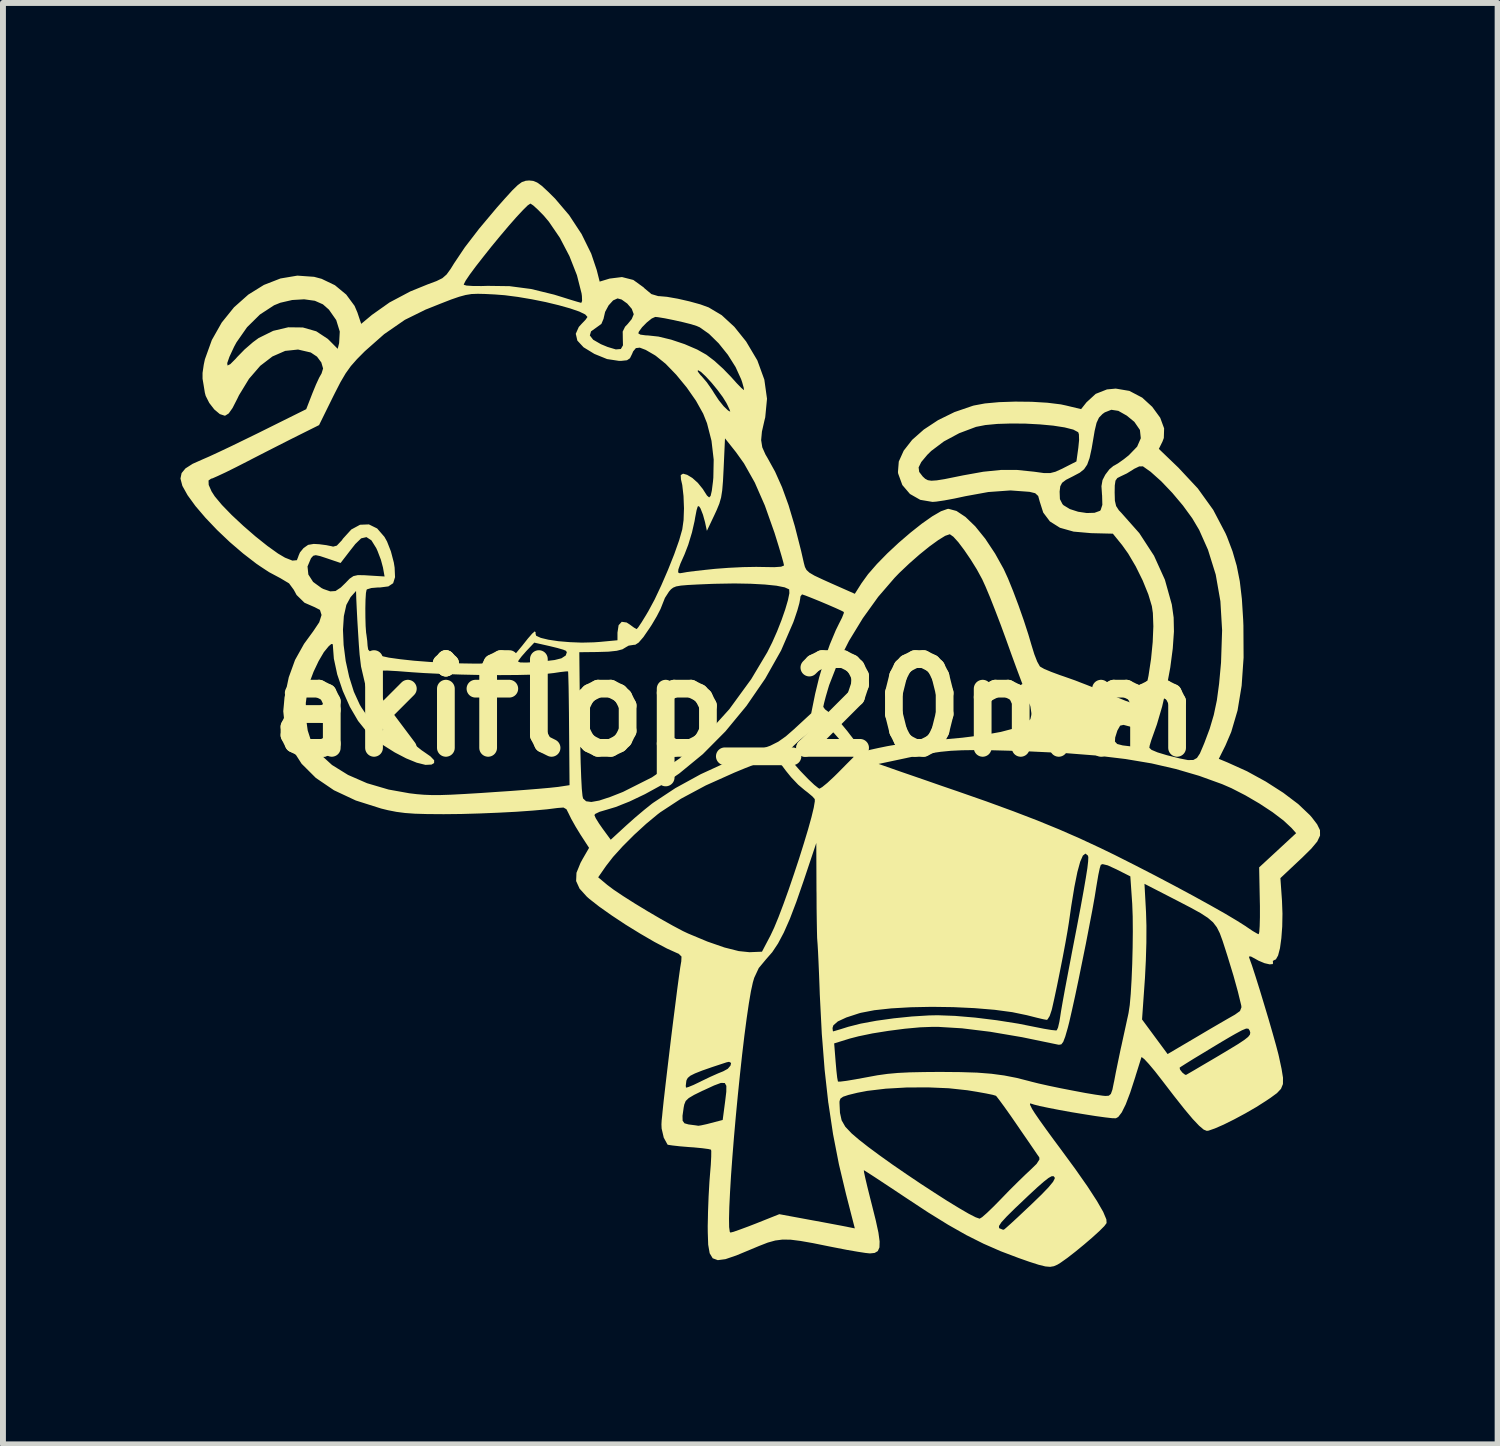
<source format=kicad_pcb>
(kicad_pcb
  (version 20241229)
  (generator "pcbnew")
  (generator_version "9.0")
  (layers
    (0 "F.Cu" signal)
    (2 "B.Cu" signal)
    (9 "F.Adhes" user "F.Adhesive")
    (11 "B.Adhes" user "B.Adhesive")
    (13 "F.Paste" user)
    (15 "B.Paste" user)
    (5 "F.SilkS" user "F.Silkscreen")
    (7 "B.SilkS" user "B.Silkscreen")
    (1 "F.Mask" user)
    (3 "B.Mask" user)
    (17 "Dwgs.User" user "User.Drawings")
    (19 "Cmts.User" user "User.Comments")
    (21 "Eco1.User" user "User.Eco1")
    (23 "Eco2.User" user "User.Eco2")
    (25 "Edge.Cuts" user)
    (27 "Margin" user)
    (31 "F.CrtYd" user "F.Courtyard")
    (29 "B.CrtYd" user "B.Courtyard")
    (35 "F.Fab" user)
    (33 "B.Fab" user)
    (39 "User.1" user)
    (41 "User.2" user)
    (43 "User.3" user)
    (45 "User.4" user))
  (footprint "akiflop_20mm"
    (layer "F.Cu")
    (at 9.378 8.91)
    (property "Reference" "akiflop_20mm" (at 0 0 0) (layer "F.SilkS") (effects (font (size 1.5 1.5) (thickness 0.3))))
    (attr board_only exclude_from_pos_files exclude_from_bom)
    (fp_poly (pts (xy -3.418 -8.903) (xy -3.351 -8.876) (xy -3.273 -8.82) (xy -3.168 -8.723) (xy -3.048 -8.604) (xy -2.809 -8.323) (xy -2.6 -8.005) (xy -2.437 -7.674) (xy -2.344 -7.398) (xy -2.294 -7.201) (xy -2.126 -7.252) (xy -1.917 -7.278) (xy -1.725 -7.229) (xy -1.552 -7.104) (xy -1.537 -7.088) (xy -1.419 -6.99) (xy -1.305 -6.956) (xy -1.295 -6.956) (xy -1.157 -6.944) (xy -0.974 -6.912) (xy -0.777 -6.867) (xy -0.592 -6.816) (xy -0.452 -6.765) (xy -0.232 -6.634) (xy -0.018 -6.437) (xy 0.181 -6.189) (xy 0.371 -5.869) (xy 0.489 -5.544) (xy 0.534 -5.221) (xy 0.504 -4.907) (xy 0.492 -4.859) (xy 0.448 -4.666) (xy 0.435 -4.522) (xy 0.454 -4.401) (xy 0.507 -4.281) (xy 0.54 -4.225) (xy 0.67 -3.99) (xy 0.788 -3.726) (xy 0.898 -3.423) (xy 1.004 -3.068) (xy 1.11 -2.652) (xy 1.157 -2.445) (xy 1.175 -2.378) (xy 1.202 -2.327) (xy 1.251 -2.282) (xy 1.336 -2.232) (xy 1.47 -2.169) (xy 1.605 -2.108) (xy 2.018 -1.925) (xy 2.132 -2.105) (xy 2.242 -2.257) (xy 2.391 -2.428) (xy 2.567 -2.608) (xy 2.76 -2.788) (xy 2.958 -2.958) (xy 3.15 -3.11) (xy 3.326 -3.234) (xy 3.474 -3.32) (xy 3.584 -3.359) (xy 3.602 -3.361) (xy 3.736 -3.325) (xy 3.888 -3.224) (xy 4.053 -3.065) (xy 4.222 -2.856) (xy 4.389 -2.604) (xy 4.533 -2.345) (xy 4.606 -2.186) (xy 4.692 -1.974) (xy 4.784 -1.73) (xy 4.873 -1.477) (xy 4.951 -1.237) (xy 5.004 -1.057) (xy 5.051 -0.905) (xy 5.1 -0.779) (xy 5.143 -0.702) (xy 5.152 -0.693) (xy 5.217 -0.656) (xy 5.336 -0.606) (xy 5.487 -0.55) (xy 5.549 -0.529) (xy 5.719 -0.469) (xy 5.933 -0.387) (xy 6.162 -0.296) (xy 6.362 -0.212) (xy 6.588 -0.119) (xy 6.746 -0.063) (xy 6.837 -0.043) (xy 6.86 -0.052) (xy 6.925 -0.274) (xy 6.981 -0.539) (xy 7.024 -0.824) (xy 7.052 -1.109) (xy 7.063 -1.375) (xy 7.055 -1.6) (xy 7.038 -1.716) (xy 6.978 -1.916) (xy 6.883 -2.15) (xy 6.765 -2.389) (xy 6.637 -2.606) (xy 6.534 -2.75) (xy 6.379 -2.941) (xy 6.011 -2.95) (xy 5.715 -2.976) (xy 5.485 -3.041) (xy 5.315 -3.148) (xy 5.202 -3.298) (xy 5.143 -3.483) (xy 5.117 -3.578) (xy 5.066 -3.625) (xy 4.972 -3.648) (xy 4.935 -3.651) (xy 5.479 -3.651) (xy 5.484 -3.525) (xy 5.527 -3.441) (xy 5.545 -3.422) (xy 5.652 -3.357) (xy 5.791 -3.312) (xy 5.938 -3.29) (xy 6.069 -3.294) (xy 6.16 -3.327) (xy 6.172 -3.339) (xy 6.201 -3.428) (xy 6.197 -3.585) (xy 6.195 -3.603) (xy 6.193 -3.637) (xy 6.409 -3.637) (xy 6.413 -3.498) (xy 6.434 -3.408) (xy 6.48 -3.337) (xy 6.521 -3.294) (xy 6.826 -2.95) (xy 7.074 -2.569) (xy 7.258 -2.163) (xy 7.375 -1.744) (xy 7.406 -1.524) (xy 7.411 -1.288) (xy 7.391 -1) (xy 7.349 -0.679) (xy 7.287 -0.345) (xy 7.211 -0.018) (xy 7.123 0.282) (xy 7.074 0.42) (xy 7.03 0.543) (xy 7.001 0.639) (xy 6.995 0.677) (xy 7.032 0.712) (xy 7.134 0.755) (xy 7.293 0.803) (xy 7.317 0.809) (xy 7.513 0.858) (xy 7.648 0.885) (xy 7.739 0.883) (xy 7.8 0.849) (xy 7.849 0.775) (xy 7.9 0.656) (xy 7.925 0.596) (xy 8.015 0.356) (xy 8.084 0.123) (xy 8.136 -0.123) (xy 8.174 -0.404) (xy 8.205 -0.741) (xy 8.207 -0.767) (xy 8.225 -1.309) (xy 8.196 -1.8) (xy 8.117 -2.25) (xy 7.986 -2.67) (xy 7.837 -3.005) (xy 7.72 -3.202) (xy 7.563 -3.417) (xy 7.383 -3.631) (xy 7.196 -3.827) (xy 7.017 -3.987) (xy 6.887 -4.079) (xy 6.824 -4.078) (xy 6.735 -4.035) (xy 6.726 -4.028) (xy 6.616 -3.96) (xy 6.511 -3.91) (xy 6.454 -3.881) (xy 6.423 -3.837) (xy 6.411 -3.756) (xy 6.409 -3.637) (xy 6.193 -3.637) (xy 6.186 -3.744) (xy 6.204 -3.847) (xy 6.251 -3.938) (xy 6.32 -4.029) (xy 6.389 -4.087) (xy 6.399 -4.091) (xy 6.465 -4.129) (xy 6.565 -4.2) (xy 6.648 -4.266) (xy 6.789 -4.412) (xy 6.851 -4.554) (xy 6.836 -4.694) (xy 6.742 -4.831) (xy 6.614 -4.936) (xy 6.471 -5.017) (xy 6.353 -5.035) (xy 6.242 -4.991) (xy 6.203 -4.963) (xy 6.144 -4.902) (xy 6.103 -4.814) (xy 6.071 -4.679) (xy 6.058 -4.601) (xy 6.02 -4.379) (xy 5.985 -4.219) (xy 5.945 -4.108) (xy 5.892 -4.03) (xy 5.82 -3.972) (xy 5.72 -3.919) (xy 5.707 -3.912) (xy 5.587 -3.851) (xy 5.521 -3.801) (xy 5.49 -3.742) (xy 5.479 -3.653) (xy 5.479 -3.651) (xy 4.935 -3.651) (xy 4.648 -3.672) (xy 4.274 -3.645) (xy 3.889 -3.575) (xy 3.702 -3.535) (xy 3.53 -3.503) (xy 3.395 -3.483) (xy 3.331 -3.478) (xy 3.124 -3.513) (xy 2.95 -3.612) (xy 2.821 -3.763) (xy 2.751 -3.955) (xy 2.747 -3.981) (xy 2.753 -4.061) (xy 3.096 -4.061) (xy 3.106 -3.985) (xy 3.165 -3.908) (xy 3.207 -3.869) (xy 3.252 -3.845) (xy 3.312 -3.836) (xy 3.402 -3.842) (xy 3.534 -3.863) (xy 3.722 -3.901) (xy 3.85 -3.927) (xy 4.19 -3.988) (xy 4.485 -4.018) (xy 4.76 -4.018) (xy 5.042 -3.989) (xy 5.073 -3.985) (xy 5.217 -3.965) (xy 5.319 -3.965) (xy 5.409 -3.988) (xy 5.522 -4.039) (xy 5.549 -4.053) (xy 5.763 -4.162) (xy 5.795 -4.392) (xy 5.808 -4.523) (xy 5.805 -4.621) (xy 5.793 -4.656) (xy 5.71 -4.7) (xy 5.564 -4.737) (xy 5.371 -4.767) (xy 5.145 -4.788) (xy 4.902 -4.801) (xy 4.658 -4.803) (xy 4.427 -4.796) (xy 4.225 -4.777) (xy 4.066 -4.746) (xy 4.061 -4.744) (xy 3.782 -4.639) (xy 3.523 -4.5) (xy 3.309 -4.339) (xy 3.243 -4.274) (xy 3.141 -4.152) (xy 3.096 -4.061) (xy 2.753 -4.061) (xy 2.761 -4.16) (xy 2.844 -4.344) (xy 2.987 -4.527) (xy 3.184 -4.701) (xy 3.425 -4.86) (xy 3.702 -4.996) (xy 4.008 -5.101) (xy 4.029 -5.107) (xy 4.216 -5.142) (xy 4.456 -5.164) (xy 4.728 -5.173) (xy 5.008 -5.17) (xy 5.273 -5.154) (xy 5.5 -5.126) (xy 5.588 -5.107) (xy 5.842 -5.046) (xy 5.933 -5.161) (xy 6.089 -5.304) (xy 6.279 -5.379) (xy 6.428 -5.393) (xy 6.658 -5.354) (xy 6.875 -5.24) (xy 7.044 -5.085) (xy 7.179 -4.9) (xy 7.245 -4.721) (xy 7.24 -4.558) (xy 7.217 -4.497) (xy 7.156 -4.374) (xy 7.487 -4.056) (xy 7.814 -3.706) (xy 8.075 -3.343) (xy 8.281 -2.95) (xy 8.307 -2.891) (xy 8.401 -2.643) (xy 8.472 -2.398) (xy 8.524 -2.136) (xy 8.559 -1.838) (xy 8.581 -1.486) (xy 8.585 -1.387) (xy 8.588 -0.847) (xy 8.555 -0.371) (xy 8.486 0.046) (xy 8.379 0.41) (xy 8.282 0.637) (xy 8.169 0.864) (xy 8.314 0.924) (xy 8.644 1.073) (xy 8.963 1.248) (xy 9.258 1.437) (xy 9.512 1.629) (xy 9.709 1.816) (xy 9.742 1.854) (xy 9.831 1.971) (xy 9.879 2.069) (xy 9.88 2.161) (xy 9.833 2.261) (xy 9.732 2.382) (xy 9.575 2.537) (xy 9.548 2.562) (xy 9.21 2.88) (xy 9.237 3.263) (xy 9.245 3.481) (xy 9.241 3.697) (xy 9.226 3.896) (xy 9.203 4.064) (xy 9.171 4.187) (xy 9.134 4.253) (xy 9.118 4.259) (xy 9.081 4.28) (xy 9.085 4.298) (xy 9.083 4.332) (xy 9.028 4.337) (xy 8.941 4.317) (xy 8.841 4.275) (xy 8.8 4.252) (xy 8.712 4.204) (xy 8.679 4.205) (xy 8.682 4.223) (xy 8.729 4.354) (xy 8.79 4.542) (xy 8.861 4.768) (xy 8.936 5.016) (xy 9.011 5.266) (xy 9.079 5.501) (xy 9.136 5.704) (xy 9.176 5.856) (xy 9.185 5.895) (xy 9.23 6.104) (xy 9.254 6.253) (xy 9.253 6.36) (xy 9.22 6.441) (xy 9.152 6.513) (xy 9.043 6.593) (xy 8.967 6.644) (xy 8.802 6.749) (xy 8.617 6.856) (xy 8.429 6.957) (xy 8.252 7.045) (xy 8.103 7.11) (xy 7.997 7.147) (xy 7.966 7.151) (xy 7.914 7.13) (xy 7.836 7.064) (xy 7.728 6.95) (xy 7.587 6.782) (xy 7.41 6.558) (xy 7.211 6.299) (xy 7.091 6.145) (xy 7.039 6.083) (xy 7.507 6.083) (xy 7.514 6.116) (xy 7.554 6.167) (xy 7.599 6.202) (xy 7.616 6.205) (xy 7.656 6.182) (xy 7.751 6.127) (xy 7.888 6.046) (xy 8.055 5.948) (xy 8.128 5.905) (xy 8.342 5.777) (xy 8.497 5.683) (xy 8.602 5.613) (xy 8.665 5.563) (xy 8.695 5.524) (xy 8.701 5.49) (xy 8.691 5.457) (xy 8.67 5.425) (xy 8.631 5.422) (xy 8.557 5.453) (xy 8.446 5.513) (xy 8.35 5.568) (xy 8.216 5.647) (xy 8.06 5.741) (xy 7.897 5.84) (xy 7.743 5.933) (xy 7.616 6.012) (xy 7.531 6.066) (xy 7.507 6.083) (xy 7.039 6.083) (xy 6.988 6.022) (xy 6.911 5.939) (xy 6.867 5.905) (xy 6.861 5.908) (xy 6.842 5.969) (xy 6.807 6.081) (xy 6.763 6.221) (xy 6.76 6.233) (xy 6.672 6.504) (xy 6.596 6.704) (xy 6.529 6.839) (xy 6.47 6.916) (xy 6.43 6.938) (xy 6.369 6.937) (xy 6.247 6.923) (xy 6.081 6.9) (xy 5.886 6.869) (xy 5.679 6.835) (xy 5.475 6.798) (xy 5.29 6.762) (xy 5.141 6.731) (xy 5.044 6.706) (xy 5.027 6.7) (xy 4.981 6.686) (xy 4.978 6.708) (xy 5.015 6.783) (xy 5.016 6.784) (xy 5.059 6.852) (xy 5.14 6.97) (xy 5.25 7.124) (xy 5.38 7.302) (xy 5.485 7.443) (xy 5.744 7.796) (xy 5.952 8.093) (xy 6.109 8.335) (xy 6.215 8.519) (xy 6.269 8.647) (xy 6.273 8.709) (xy 6.235 8.76) (xy 6.149 8.846) (xy 6.029 8.955) (xy 5.89 9.074) (xy 5.745 9.193) (xy 5.61 9.298) (xy 5.497 9.378) (xy 5.444 9.411) (xy 5.383 9.438) (xy 5.319 9.449) (xy 5.238 9.442) (xy 5.125 9.414) (xy 4.966 9.363) (xy 4.787 9.3) (xy 4.483 9.185) (xy 4.193 9.058) (xy 3.902 8.912) (xy 3.632 8.759) (xy 4.454 8.759) (xy 4.456 8.793) (xy 4.46 8.797) (xy 4.52 8.821) (xy 4.537 8.821) (xy 4.572 8.792) (xy 4.654 8.719) (xy 4.771 8.611) (xy 4.913 8.477) (xy 4.994 8.401) (xy 5.172 8.229) (xy 5.295 8.101) (xy 5.368 8.012) (xy 5.397 7.956) (xy 5.394 7.935) (xy 5.374 7.916) (xy 5.341 7.919) (xy 5.29 7.948) (xy 5.212 8.009) (xy 5.1 8.107) (xy 4.947 8.249) (xy 4.746 8.44) (xy 4.734 8.451) (xy 4.588 8.595) (xy 4.496 8.695) (xy 4.454 8.759) (xy 3.632 8.759) (xy 3.595 8.738) (xy 3.257 8.529) (xy 2.9 8.294) (xy 2.691 8.155) (xy 2.505 8.032) (xy 2.352 7.931) (xy 2.239 7.858) (xy 2.178 7.82) (xy 2.17 7.815) (xy 2.174 7.851) (xy 2.195 7.949) (xy 2.23 8.097) (xy 2.276 8.282) (xy 2.304 8.392) (xy 2.372 8.664) (xy 2.417 8.871) (xy 2.437 9.02) (xy 2.434 9.121) (xy 2.406 9.183) (xy 2.353 9.214) (xy 2.275 9.222) (xy 2.272 9.222) (xy 2.197 9.214) (xy 2.062 9.193) (xy 1.883 9.162) (xy 1.678 9.122) (xy 1.581 9.103) (xy 1.31 9.048) (xy 1.099 9.011) (xy 0.933 8.99) (xy 0.797 8.988) (xy 0.673 9.004) (xy 0.547 9.039) (xy 0.403 9.095) (xy 0.257 9.156) (xy 0.014 9.257) (xy -0.168 9.319) (xy -0.298 9.336) (xy -0.384 9.304) (xy -0.435 9.219) (xy -0.46 9.075) (xy -0.467 8.867) (xy -0.468 8.76) (xy -0.465 8.635) (xy -0.108 8.635) (xy -0.106 8.778) (xy -0.095 8.857) (xy -0.084 8.87) (xy -0.032 8.857) (xy 0.076 8.819) (xy 0.222 8.765) (xy 0.351 8.715) (xy 0.742 8.559) (xy 1.26 8.655) (xy 1.463 8.692) (xy 1.648 8.727) (xy 1.797 8.755) (xy 1.89 8.773) (xy 1.898 8.775) (xy 2.018 8.799) (xy 1.869 8.219) (xy 1.749 7.715) (xy 1.65 7.206) (xy 1.571 6.679) (xy 1.57 6.678) (xy 1.759 6.678) (xy 1.767 6.846) (xy 1.795 6.973) (xy 1.857 7.081) (xy 1.964 7.194) (xy 2.089 7.301) (xy 2.246 7.424) (xy 2.438 7.566) (xy 2.655 7.721) (xy 2.888 7.881) (xy 3.127 8.042) (xy 3.362 8.195) (xy 3.582 8.336) (xy 3.779 8.456) (xy 3.942 8.551) (xy 4.061 8.612) (xy 4.127 8.635) (xy 4.17 8.609) (xy 4.253 8.536) (xy 4.364 8.429) (xy 4.479 8.312) (xy 4.626 8.16) (xy 4.777 8.01) (xy 4.91 7.881) (xy 4.978 7.818) (xy 5.09 7.709) (xy 5.138 7.634) (xy 5.135 7.598) (xy 5.101 7.55) (xy 5.032 7.449) (xy 4.937 7.31) (xy 4.823 7.145) (xy 4.77 7.067) (xy 4.652 6.896) (xy 4.547 6.748) (xy 4.464 6.635) (xy 4.413 6.569) (xy 4.402 6.558) (xy 4.349 6.542) (xy 4.237 6.519) (xy 4.081 6.491) (xy 3.921 6.465) (xy 3.606 6.431) (xy 3.255 6.416) (xy 2.892 6.418) (xy 2.542 6.438) (xy 2.229 6.475) (xy 2.061 6.507) (xy 1.91 6.544) (xy 1.82 6.574) (xy 1.775 6.606) (xy 1.76 6.648) (xy 1.759 6.678) (xy 1.57 6.678) (xy 1.508 6.12) (xy 1.473 5.673) (xy 1.669 5.673) (xy 1.694 5.988) (xy 1.707 6.136) (xy 1.72 6.251) (xy 1.732 6.314) (xy 1.734 6.319) (xy 1.777 6.318) (xy 1.88 6.305) (xy 2.029 6.28) (xy 2.209 6.247) (xy 2.214 6.246) (xy 2.398 6.212) (xy 2.57 6.188) (xy 2.747 6.172) (xy 2.949 6.162) (xy 3.193 6.157) (xy 3.458 6.155) (xy 3.802 6.158) (xy 4.086 6.167) (xy 4.327 6.186) (xy 4.543 6.215) (xy 4.753 6.256) (xy 4.973 6.312) (xy 4.994 6.318) (xy 5.122 6.35) (xy 5.296 6.389) (xy 5.498 6.431) (xy 5.709 6.472) (xy 5.91 6.51) (xy 6.083 6.539) (xy 6.209 6.557) (xy 6.254 6.561) (xy 6.31 6.557) (xy 6.345 6.527) (xy 6.371 6.455) (xy 6.398 6.322) (xy 6.399 6.321) (xy 6.428 6.168) (xy 6.468 5.973) (xy 6.51 5.771) (xy 6.525 5.705) (xy 6.565 5.521) (xy 6.604 5.343) (xy 6.62 5.268) (xy 6.872 5.268) (xy 7.088 5.561) (xy 7.304 5.853) (xy 7.81 5.555) (xy 7.999 5.443) (xy 8.174 5.341) (xy 8.319 5.257) (xy 8.419 5.2) (xy 8.442 5.187) (xy 8.527 5.126) (xy 8.552 5.062) (xy 8.548 5.03) (xy 8.491 4.796) (xy 8.416 4.525) (xy 8.317 4.201) (xy 8.286 4.103) (xy 8.233 3.939) (xy 8.186 3.811) (xy 8.136 3.711) (xy 8.072 3.627) (xy 7.984 3.551) (xy 7.861 3.471) (xy 7.694 3.379) (xy 7.471 3.263) (xy 7.374 3.213) (xy 6.913 2.976) (xy 6.939 3.452) (xy 6.946 3.685) (xy 6.945 3.969) (xy 6.936 4.273) (xy 6.921 4.571) (xy 6.919 4.598) (xy 6.872 5.268) (xy 6.62 5.268) (xy 6.635 5.201) (xy 6.644 5.158) (xy 6.664 5.027) (xy 6.681 4.835) (xy 6.695 4.597) (xy 6.706 4.331) (xy 6.713 4.053) (xy 6.716 3.78) (xy 6.714 3.528) (xy 6.706 3.314) (xy 6.703 3.271) (xy 6.674 2.85) (xy 6.438 2.731) (xy 6.292 2.664) (xy 6.205 2.643) (xy 6.175 2.655) (xy 6.157 2.713) (xy 6.133 2.826) (xy 6.108 2.973) (xy 6.1 3.02) (xy 6.072 3.195) (xy 6.031 3.425) (xy 5.979 3.695) (xy 5.922 3.991) (xy 5.86 4.296) (xy 5.799 4.596) (xy 5.74 4.875) (xy 5.686 5.119) (xy 5.642 5.311) (xy 5.618 5.406) (xy 5.574 5.558) (xy 5.54 5.647) (xy 5.508 5.689) (xy 5.469 5.696) (xy 5.454 5.694) (xy 4.845 5.568) (xy 4.304 5.476) (xy 3.83 5.418) (xy 3.421 5.393) (xy 3.339 5.393) (xy 3.122 5.401) (xy 2.863 5.425) (xy 2.585 5.461) (xy 2.316 5.504) (xy 2.08 5.553) (xy 1.933 5.591) (xy 1.669 5.673) (xy 1.473 5.673) (xy 1.46 5.514) (xy 1.455 5.413) (xy 1.641 5.413) (xy 1.647 5.464) (xy 1.651 5.47) (xy 1.69 5.459) (xy 1.784 5.431) (xy 1.908 5.392) (xy 2.117 5.339) (xy 2.382 5.29) (xy 2.678 5.249) (xy 2.982 5.218) (xy 3.271 5.2) (xy 3.419 5.197) (xy 3.712 5.208) (xy 4.054 5.237) (xy 4.419 5.282) (xy 4.78 5.339) (xy 5.056 5.394) (xy 5.212 5.425) (xy 5.338 5.446) (xy 5.417 5.454) (xy 5.431 5.451) (xy 5.452 5.406) (xy 5.475 5.307) (xy 5.488 5.227) (xy 5.503 5.129) (xy 5.531 4.968) (xy 5.569 4.759) (xy 5.615 4.516) (xy 5.665 4.254) (xy 5.686 4.142) (xy 5.767 3.724) (xy 5.833 3.377) (xy 5.884 3.096) (xy 5.922 2.875) (xy 5.948 2.711) (xy 5.961 2.596) (xy 5.964 2.527) (xy 5.958 2.5) (xy 5.916 2.465) (xy 5.872 2.499) (xy 5.827 2.602) (xy 5.779 2.777) (xy 5.729 3.026) (xy 5.676 3.349) (xy 5.635 3.634) (xy 5.612 3.777) (xy 5.577 3.975) (xy 5.533 4.209) (xy 5.484 4.457) (xy 5.435 4.7) (xy 5.389 4.916) (xy 5.351 5.085) (xy 5.345 5.109) (xy 5.311 5.21) (xy 5.274 5.269) (xy 5.261 5.275) (xy 5.204 5.265) (xy 5.094 5.239) (xy 4.952 5.203) (xy 4.924 5.196) (xy 4.679 5.145) (xy 4.38 5.105) (xy 4.042 5.077) (xy 3.683 5.06) (xy 3.318 5.055) (xy 2.963 5.062) (xy 2.634 5.081) (xy 2.348 5.112) (xy 2.12 5.156) (xy 2.091 5.164) (xy 1.874 5.235) (xy 1.73 5.302) (xy 1.655 5.368) (xy 1.641 5.413) (xy 1.455 5.413) (xy 1.426 4.847) (xy 1.422 4.728) (xy 1.413 4.495) (xy 1.404 4.287) (xy 1.396 4.117) (xy 1.389 3.999) (xy 1.385 3.947) (xy 1.381 3.891) (xy 1.378 3.77) (xy 1.375 3.597) (xy 1.372 3.383) (xy 1.371 3.142) (xy 1.37 3.087) (xy 1.367 2.286) (xy 1.153 2.925) (xy 1.03 3.28) (xy 0.92 3.569) (xy 0.818 3.8) (xy 0.72 3.985) (xy 0.622 4.132) (xy 0.519 4.25) (xy 0.395 4.399) (xy 0.318 4.564) (xy 0.295 4.642) (xy 0.262 4.793) (xy 0.227 4.999) (xy 0.19 5.251) (xy 0.152 5.54) (xy 0.114 5.859) (xy 0.077 6.198) (xy 0.041 6.549) (xy 0.007 6.904) (xy -0.024 7.254) (xy -0.051 7.59) (xy -0.074 7.905) (xy -0.091 8.19) (xy -0.103 8.436) (xy -0.108 8.635) (xy -0.465 8.635) (xy -0.463 8.522) (xy -0.453 8.259) (xy -0.439 8.012) (xy -0.43 7.896) (xy -0.416 7.726) (xy -0.409 7.587) (xy -0.408 7.495) (xy -0.412 7.469) (xy -0.457 7.458) (xy -0.561 7.444) (xy -0.706 7.43) (xy -0.782 7.425) (xy -0.938 7.412) (xy -1.062 7.398) (xy -1.136 7.387) (xy -1.147 7.383) (xy -1.211 7.266) (xy -1.247 7.111) (xy -1.25 7.042) (xy -1.246 6.97) (xy -1.238 6.897) (xy -0.894 6.897) (xy -0.892 6.98) (xy -0.861 7.023) (xy -0.794 7.042) (xy -0.772 7.045) (xy -0.679 7.057) (xy -0.626 7.065) (xy -0.625 7.065) (xy -0.579 7.058) (xy -0.483 7.037) (xy -0.41 7.018) (xy -0.215 6.967) (xy -0.173 6.649) (xy -0.154 6.49) (xy -0.153 6.39) (xy -0.18 6.342) (xy -0.246 6.341) (xy -0.361 6.384) (xy -0.536 6.465) (xy -0.551 6.471) (xy -0.698 6.543) (xy -0.789 6.597) (xy -0.84 6.646) (xy -0.864 6.705) (xy -0.874 6.755) (xy -0.894 6.897) (xy -1.238 6.897) (xy -1.232 6.833) (xy -1.212 6.641) (xy -1.185 6.407) (xy -1.183 6.389) (xy -0.839 6.389) (xy -0.835 6.421) (xy -0.796 6.411) (xy -0.706 6.374) (xy -0.585 6.316) (xy -0.576 6.311) (xy -0.431 6.241) (xy -0.294 6.18) (xy -0.205 6.144) (xy -0.129 6.102) (xy -0.083 6.048) (xy -0.073 6.003) (xy -0.107 5.984) (xy -0.147 5.992) (xy -0.387 6.071) (xy -0.562 6.132) (xy -0.683 6.18) (xy -0.761 6.219) (xy -0.805 6.256) (xy -0.826 6.294) (xy -0.83 6.312) (xy -0.839 6.389) (xy -1.183 6.389) (xy -1.154 6.142) (xy -1.12 5.857) (xy -1.085 5.565) (xy -1.049 5.276) (xy -1.014 5.003) (xy -0.983 4.757) (xy -0.955 4.55) (xy -0.933 4.393) (xy -0.917 4.298) (xy -0.915 4.289) (xy -0.911 4.205) (xy -0.959 4.158) (xy -0.988 4.146) (xy -1.156 4.07) (xy -1.368 3.958) (xy -1.607 3.819) (xy -1.854 3.667) (xy -2.091 3.51) (xy -2.302 3.361) (xy -2.468 3.231) (xy -2.511 3.193) (xy -2.634 3.057) (xy -2.692 2.929) (xy -2.689 2.866) (xy -2.319 2.866) (xy -2.165 2.995) (xy -2.057 3.076) (xy -1.896 3.184) (xy -1.699 3.309) (xy -1.483 3.44) (xy -1.264 3.568) (xy -1.059 3.683) (xy -0.886 3.775) (xy -0.801 3.815) (xy -0.473 3.952) (xy -0.185 4.052) (xy 0.056 4.113) (xy 0.24 4.132) (xy 0.254 4.131) (xy 0.449 4.123) (xy 0.593 3.849) (xy 0.655 3.717) (xy 0.73 3.535) (xy 0.813 3.316) (xy 0.901 3.071) (xy 0.99 2.81) (xy 1.077 2.547) (xy 1.157 2.292) (xy 1.228 2.056) (xy 1.285 1.851) (xy 1.324 1.689) (xy 1.342 1.581) (xy 1.341 1.544) (xy 1.302 1.5) (xy 1.221 1.432) (xy 1.17 1.393) (xy 1.061 1.301) (xy 0.94 1.173) (xy 0.854 1.067) (xy 0.789 0.98) (xy 0.732 0.919) (xy 0.673 0.884) (xy 0.598 0.877) (xy 0.497 0.897) (xy 0.356 0.946) (xy 0.163 1.022) (xy -0.016 1.096) (xy -0.5 1.313) (xy -0.92 1.538) (xy -1.269 1.767) (xy -1.315 1.802) (xy -1.508 1.962) (xy -1.711 2.148) (xy -1.903 2.34) (xy -2.068 2.522) (xy -2.186 2.674) (xy -2.319 2.866) (xy -2.689 2.866) (xy -2.686 2.79) (xy -2.618 2.623) (xy -2.585 2.562) (xy -2.473 2.368) (xy -2.618 2.145) (xy -2.701 2.009) (xy -2.774 1.879) (xy -2.806 1.814) (xy -2.383 1.814) (xy -2.361 1.866) (xy -2.304 1.958) (xy -2.244 2.044) (xy -2.107 2.231) (xy -1.845 1.99) (xy -1.698 1.859) (xy -1.544 1.729) (xy -1.412 1.623) (xy -1.387 1.605) (xy -1.015 1.359) (xy -0.585 1.123) (xy -0.115 0.907) (xy 0.201 0.786) (xy 0.89 0.786) (xy 0.913 0.845) (xy 0.976 0.93) (xy 1.085 1.055) (xy 1.118 1.09) (xy 1.233 1.209) (xy 1.332 1.303) (xy 1.401 1.358) (xy 1.421 1.368) (xy 1.467 1.341) (xy 1.553 1.271) (xy 1.664 1.168) (xy 1.734 1.099) (xy 1.881 0.95) (xy 2.42 0.95) (xy 2.802 1.084) (xy 2.988 1.148) (xy 3.22 1.228) (xy 3.469 1.315) (xy 3.708 1.397) (xy 3.732 1.405) (xy 4.244 1.584) (xy 4.695 1.749) (xy 5.099 1.904) (xy 5.47 2.056) (xy 5.822 2.21) (xy 6.17 2.372) (xy 6.409 2.488) (xy 6.748 2.659) (xy 7.09 2.835) (xy 7.424 3.011) (xy 7.74 3.181) (xy 8.028 3.34) (xy 8.279 3.482) (xy 8.48 3.602) (xy 8.624 3.693) (xy 8.642 3.706) (xy 8.743 3.774) (xy 8.819 3.818) (xy 8.843 3.828) (xy 8.853 3.792) (xy 8.86 3.691) (xy 8.864 3.54) (xy 8.864 3.351) (xy 8.862 3.264) (xy 8.851 2.698) (xy 9.164 2.409) (xy 9.476 2.12) (xy 9.398 2.032) (xy 9.264 1.907) (xy 9.077 1.765) (xy 8.855 1.619) (xy 8.617 1.48) (xy 8.383 1.36) (xy 8.224 1.291) (xy 7.837 1.151) (xy 7.444 1.036) (xy 7.033 0.941) (xy 6.593 0.867) (xy 6.11 0.809) (xy 5.574 0.767) (xy 4.982 0.739) (xy 4.609 0.726) (xy 4.301 0.718) (xy 4.046 0.716) (xy 3.83 0.719) (xy 3.642 0.728) (xy 3.468 0.745) (xy 3.296 0.77) (xy 3.113 0.804) (xy 2.907 0.846) (xy 2.9 0.848) (xy 2.42 0.95) (xy 1.881 0.95) (xy 2.001 0.83) (xy 1.774 0.552) (xy 1.666 0.429) (xy 1.57 0.334) (xy 1.5 0.28) (xy 1.48 0.274) (xy 1.419 0.298) (xy 1.321 0.363) (xy 1.202 0.452) (xy 1.082 0.552) (xy 0.979 0.648) (xy 0.91 0.724) (xy 0.899 0.743) (xy 0.89 0.786) (xy 0.201 0.786) (xy 0.375 0.72) (xy 0.417 0.705) (xy 0.59 0.642) (xy 0.725 0.574) (xy 0.852 0.484) (xy 1 0.355) (xy 1.009 0.346) (xy 1.281 0.095) (xy 1.303 -0.014) (xy 1.485 -0.014) (xy 1.515 0.028) (xy 1.59 0.084) (xy 1.602 0.092) (xy 1.678 0.154) (xy 1.781 0.262) (xy 1.892 0.396) (xy 1.936 0.454) (xy 2.052 0.603) (xy 2.136 0.691) (xy 2.195 0.726) (xy 2.219 0.726) (xy 2.288 0.709) (xy 2.41 0.682) (xy 2.561 0.651) (xy 2.599 0.644) (xy 2.765 0.616) (xy 2.981 0.588) (xy 3.216 0.562) (xy 3.419 0.545) (xy 3.834 0.507) (xy 4.08 0.476) (xy 6.073 0.476) (xy 6.074 0.543) (xy 6.076 0.546) (xy 6.128 0.585) (xy 6.149 0.572) (xy 6.414 0.572) (xy 6.452 0.613) (xy 6.544 0.637) (xy 6.701 0.656) (xy 6.726 0.658) (xy 6.786 0.63) (xy 6.814 0.576) (xy 6.836 0.451) (xy 6.816 0.377) (xy 6.746 0.339) (xy 6.731 0.335) (xy 6.627 0.308) (xy 6.559 0.29) (xy 6.502 0.303) (xy 6.455 0.386) (xy 6.452 0.395) (xy 6.418 0.503) (xy 6.414 0.572) (xy 6.149 0.572) (xy 6.182 0.551) (xy 6.209 0.498) (xy 6.26 0.339) (xy 6.277 0.223) (xy 6.26 0.163) (xy 6.241 0.156) (xy 6.197 0.19) (xy 6.146 0.272) (xy 6.101 0.377) (xy 6.073 0.476) (xy 4.08 0.476) (xy 4.191 0.462) (xy 4.485 0.409) (xy 4.71 0.35) (xy 4.825 0.305) (xy 4.932 0.246) (xy 4.985 0.193) (xy 5.001 0.122) (xy 5.002 0.093) (xy 4.986 -0.018) (xy 4.946 -0.156) (xy 4.921 -0.221) (xy 4.882 -0.317) (xy 4.823 -0.472) (xy 4.749 -0.67) (xy 4.666 -0.897) (xy 4.58 -1.137) (xy 4.574 -1.154) (xy 4.483 -1.402) (xy 4.39 -1.645) (xy 4.303 -1.866) (xy 4.227 -2.047) (xy 4.171 -2.17) (xy 4.08 -2.337) (xy 3.975 -2.506) (xy 3.868 -2.663) (xy 3.768 -2.796) (xy 3.684 -2.889) (xy 3.626 -2.93) (xy 3.621 -2.931) (xy 3.545 -2.905) (xy 3.427 -2.832) (xy 3.278 -2.724) (xy 3.111 -2.589) (xy 2.937 -2.436) (xy 2.768 -2.276) (xy 2.69 -2.195) (xy 2.413 -1.874) (xy 2.153 -1.512) (xy 1.92 -1.13) (xy 1.727 -0.748) (xy 1.585 -0.384) (xy 1.568 -0.328) (xy 1.527 -0.188) (xy 1.498 -0.077) (xy 1.485 -0.017) (xy 1.485 -0.014) (xy 1.303 -0.014) (xy 1.348 -0.236) (xy 1.414 -0.508) (xy 1.499 -0.795) (xy 1.596 -1.07) (xy 1.696 -1.309) (xy 1.749 -1.417) (xy 1.802 -1.522) (xy 1.831 -1.596) (xy 1.833 -1.617) (xy 1.788 -1.641) (xy 1.692 -1.685) (xy 1.563 -1.741) (xy 1.423 -1.8) (xy 1.29 -1.854) (xy 1.186 -1.895) (xy 1.13 -1.914) (xy 1.126 -1.915) (xy 1.1 -1.882) (xy 1.094 -1.838) (xy 1.081 -1.767) (xy 1.047 -1.645) (xy 0.997 -1.496) (xy 0.978 -1.443) (xy 0.772 -0.967) (xy 0.504 -0.492) (xy 0.187 -0.031) (xy -0.168 0.399) (xy -0.55 0.784) (xy -0.947 1.11) (xy -1.027 1.165) (xy -1.268 1.318) (xy -1.529 1.461) (xy -1.789 1.585) (xy -2.026 1.679) (xy -2.183 1.726) (xy -2.295 1.759) (xy -2.368 1.794) (xy -2.383 1.814) (xy -2.806 1.814) (xy -2.814 1.797) (xy -2.855 1.716) (xy -2.906 1.687) (xy -2.999 1.694) (xy -3.01 1.695) (xy -3.184 1.717) (xy -3.418 1.738) (xy -3.698 1.758) (xy -4.004 1.774) (xy -4.321 1.787) (xy -4.631 1.796) (xy -4.918 1.799) (xy -4.948 1.799) (xy -5.213 1.797) (xy -5.418 1.791) (xy -5.584 1.779) (xy -5.729 1.76) (xy -5.872 1.732) (xy -5.986 1.704) (xy -6.415 1.568) (xy -6.784 1.395) (xy -7.09 1.187) (xy -7.331 0.947) (xy -7.504 0.677) (xy -7.608 0.38) (xy -7.641 0.059) (xy -7.628 -0.081) (xy -7.26 -0.081) (xy -7.259 0.16) (xy -7.228 0.384) (xy -7.17 0.565) (xy -7.17 0.565) (xy -7.027 0.776) (xy -6.817 0.968) (xy -6.546 1.136) (xy -6.225 1.276) (xy -5.861 1.383) (xy -5.51 1.446) (xy -5.384 1.461) (xy -5.263 1.471) (xy -5.135 1.476) (xy -4.986 1.476) (xy -4.805 1.47) (xy -4.579 1.458) (xy -4.297 1.441) (xy -4.064 1.425) (xy -3.797 1.407) (xy -3.545 1.388) (xy -3.322 1.37) (xy -3.143 1.354) (xy -3.022 1.341) (xy -2.994 1.338) (xy -2.803 1.309) (xy -2.811 0.353) (xy -2.813 0.088) (xy -2.816 -0.15) (xy -2.819 -0.349) (xy -2.823 -0.5) (xy -2.826 -0.591) (xy -2.828 -0.614) (xy -2.869 -0.613) (xy -2.964 -0.602) (xy -3.07 -0.586) (xy -3.215 -0.57) (xy -3.425 -0.559) (xy -3.685 -0.553) (xy -3.982 -0.551) (xy -4.302 -0.553) (xy -4.632 -0.56) (xy -4.957 -0.571) (xy -5.264 -0.586) (xy -5.461 -0.599) (xy -5.708 -0.618) (xy -5.885 -0.628) (xy -6.003 -0.626) (xy -6.069 -0.606) (xy -6.094 -0.563) (xy -6.085 -0.494) (xy -6.053 -0.393) (xy -6.023 -0.308) (xy -5.884 0.036) (xy -5.722 0.314) (xy -5.53 0.539) (xy -5.299 0.722) (xy -5.285 0.731) (xy -5.154 0.822) (xy -5.091 0.888) (xy -5.092 0.935) (xy -5.135 0.961) (xy -5.238 0.966) (xy -5.386 0.929) (xy -5.564 0.856) (xy -5.756 0.756) (xy -5.947 0.636) (xy -6.123 0.504) (xy -6.229 0.407) (xy -6.376 0.224) (xy -6.515 -0.014) (xy -6.635 -0.284) (xy -6.729 -0.563) (xy -6.786 -0.829) (xy -6.799 -1) (xy -6.804 -1.073) (xy -6.829 -1.077) (xy -6.873 -1.039) (xy -6.955 -0.939) (xy -7.044 -0.787) (xy -7.129 -0.608) (xy -7.197 -0.427) (xy -7.23 -0.309) (xy -7.26 -0.081) (xy -7.628 -0.081) (xy -7.62 -0.174) (xy -7.548 -0.514) (xy -7.442 -0.807) (xy -7.29 -1.079) (xy -7.136 -1.29) (xy -7.117 -1.318) (xy -6.632 -1.318) (xy -6.621 -1.06) (xy -6.586 -0.789) (xy -6.527 -0.521) (xy -6.448 -0.27) (xy -6.348 -0.051) (xy -6.319 -0.002) (xy -6.236 0.12) (xy -6.143 0.237) (xy -6.056 0.331) (xy -5.99 0.384) (xy -5.971 0.391) (xy -5.945 0.369) (xy -5.948 0.361) (xy -6.127 -0.023) (xy -6.251 -0.371) (xy -6.327 -0.697) (xy -6.351 -0.899) (xy -6.364 -1.071) (xy -6.377 -1.277) (xy -6.39 -1.492) (xy -6.4 -1.688) (xy -6.407 -1.84) (xy -6.408 -1.876) (xy -6.411 -1.973) (xy -6.504 -1.868) (xy -6.575 -1.737) (xy -6.617 -1.548) (xy -6.632 -1.318) (xy -7.117 -1.318) (xy -7.033 -1.444) (xy -6.994 -1.567) (xy -7.021 -1.653) (xy -7.11 -1.699) (xy -7.282 -1.774) (xy -7.416 -1.905) (xy -7.463 -1.992) (xy -7.543 -2.101) (xy -7.688 -2.188) (xy -7.883 -2.292) (xy -8.027 -2.387) (xy -7.231 -2.387) (xy -7.217 -2.251) (xy -7.136 -2.125) (xy -6.994 -2.022) (xy -6.962 -2.006) (xy -6.847 -1.966) (xy -6.758 -1.972) (xy -6.669 -2.031) (xy -6.596 -2.102) (xy -6.519 -2.181) (xy -6.456 -2.224) (xy -6.381 -2.241) (xy -6.268 -2.239) (xy -6.192 -2.234) (xy -5.929 -2.218) (xy -5.956 -2.369) (xy -5.991 -2.5) (xy -6.047 -2.647) (xy -6.069 -2.696) (xy -6.151 -2.828) (xy -6.235 -2.883) (xy -6.325 -2.862) (xy -6.426 -2.764) (xy -6.434 -2.753) (xy -6.518 -2.646) (xy -6.591 -2.551) (xy -6.609 -2.528) (xy -6.672 -2.446) (xy -6.896 -2.522) (xy -7.02 -2.563) (xy -7.092 -2.578) (xy -7.134 -2.568) (xy -7.167 -2.532) (xy -7.174 -2.522) (xy -7.231 -2.387) (xy -8.027 -2.387) (xy -8.096 -2.434) (xy -8.319 -2.606) (xy -8.543 -2.798) (xy -8.758 -3.002) (xy -8.955 -3.209) (xy -9.125 -3.408) (xy -9.258 -3.591) (xy -9.346 -3.749) (xy -9.37 -3.84) (xy -8.904 -3.84) (xy -8.901 -3.765) (xy -8.853 -3.656) (xy -8.799 -3.572) (xy -8.678 -3.427) (xy -8.512 -3.256) (xy -8.317 -3.074) (xy -8.111 -2.895) (xy -7.909 -2.734) (xy -7.729 -2.605) (xy -7.612 -2.536) (xy -7.486 -2.486) (xy -7.411 -2.493) (xy -7.386 -2.556) (xy -7.386 -2.56) (xy -7.359 -2.624) (xy -7.298 -2.698) (xy -7.221 -2.752) (xy -7.127 -2.768) (xy -7.034 -2.763) (xy -6.913 -2.747) (xy -6.82 -2.728) (xy -6.799 -2.722) (xy -6.736 -2.739) (xy -6.651 -2.829) (xy -6.632 -2.857) (xy -6.491 -3.012) (xy -6.343 -3.092) (xy -6.194 -3.098) (xy -6.054 -3.029) (xy -5.931 -2.887) (xy -5.887 -2.808) (xy -5.822 -2.642) (xy -5.773 -2.455) (xy -5.759 -2.368) (xy -5.752 -2.206) (xy -5.784 -2.104) (xy -5.865 -2.05) (xy -6.007 -2.032) (xy -6.043 -2.032) (xy -6.151 -2.023) (xy -6.222 -2.002) (xy -6.233 -1.993) (xy -6.244 -1.937) (xy -6.251 -1.826) (xy -6.254 -1.681) (xy -6.253 -1.525) (xy -6.249 -1.38) (xy -6.241 -1.268) (xy -6.235 -1.231) (xy -6.222 -1.13) (xy -6.216 -1.046) (xy -6.206 -0.983) (xy -6.168 -0.941) (xy -6.084 -0.904) (xy -5.996 -0.877) (xy -5.855 -0.846) (xy -5.661 -0.819) (xy -5.429 -0.794) (xy -5.171 -0.774) (xy -4.903 -0.759) (xy -4.637 -0.749) (xy -4.388 -0.745) (xy -4.171 -0.748) (xy -3.998 -0.758) (xy -3.884 -0.776) (xy -3.875 -0.779) (xy -3.673 -0.779) (xy -3.636 -0.765) (xy -3.53 -0.763) (xy -3.365 -0.773) (xy -3.148 -0.795) (xy -3.055 -0.806) (xy -2.94 -0.835) (xy -2.867 -0.883) (xy -2.849 -0.937) (xy -2.849 -0.938) (xy -2.638 -0.938) (xy -2.626 0.26) (xy -2.622 0.62) (xy -2.615 0.928) (xy -2.606 1.18) (xy -2.596 1.369) (xy -2.584 1.49) (xy -2.574 1.534) (xy -2.523 1.581) (xy -2.435 1.593) (xy -2.301 1.569) (xy -2.113 1.507) (xy -1.9 1.423) (xy -1.411 1.177) (xy -0.946 0.859) (xy -0.509 0.474) (xy -0.103 0.025) (xy 0.268 -0.484) (xy 0.539 -0.938) (xy 0.622 -1.104) (xy 0.704 -1.289) (xy 0.779 -1.48) (xy 0.842 -1.661) (xy 0.888 -1.818) (xy 0.912 -1.935) (xy 0.909 -1.998) (xy 0.906 -2.001) (xy 0.833 -2.034) (xy 0.693 -2.062) (xy 0.498 -2.082) (xy 0.258 -2.095) (xy -0.016 -2.1) (xy -0.311 -2.095) (xy -0.391 -2.093) (xy -0.629 -2.083) (xy -0.801 -2.074) (xy -0.921 -2.064) (xy -1.001 -2.05) (xy -1.052 -2.029) (xy -1.089 -2.001) (xy -1.122 -1.963) (xy -1.191 -1.856) (xy -1.233 -1.75) (xy -1.265 -1.669) (xy -1.329 -1.545) (xy -1.414 -1.401) (xy -1.45 -1.346) (xy -1.556 -1.192) (xy -1.636 -1.1) (xy -1.694 -1.063) (xy -1.714 -1.063) (xy -1.804 -1.049) (xy -1.843 -1.027) (xy -1.909 -0.987) (xy -2.005 -0.962) (xy -2.145 -0.947) (xy -2.347 -0.941) (xy -2.364 -0.941) (xy -2.638 -0.938) (xy -2.849 -0.938) (xy -2.864 -0.962) (xy -2.91 -0.981) (xy -3.011 -1.01) (xy -3.142 -1.042) (xy -3.399 -1.1) (xy -3.536 -0.955) (xy -3.614 -0.866) (xy -3.664 -0.8) (xy -3.673 -0.779) (xy -3.875 -0.779) (xy -3.861 -0.784) (xy -3.793 -0.835) (xy -3.701 -0.93) (xy -3.602 -1.049) (xy -3.596 -1.057) (xy -3.507 -1.169) (xy -3.435 -1.252) (xy -3.392 -1.289) (xy -3.389 -1.29) (xy -3.373 -1.265) (xy -3.379 -1.253) (xy -3.366 -1.215) (xy -3.288 -1.18) (xy -3.159 -1.149) (xy -2.991 -1.124) (xy -2.799 -1.108) (xy -2.595 -1.1) (xy -2.393 -1.105) (xy -2.292 -1.112) (xy -1.993 -1.14) (xy -1.993 -1.269) (xy -1.974 -1.394) (xy -1.921 -1.452) (xy -1.838 -1.44) (xy -1.787 -1.407) (xy -1.713 -1.353) (xy -1.669 -1.329) (xy -1.668 -1.329) (xy -1.641 -1.36) (xy -1.585 -1.444) (xy -1.51 -1.566) (xy -1.47 -1.634) (xy -1.365 -1.829) (xy -1.252 -2.069) (xy -1.158 -2.286) (xy -0.968 -2.286) (xy -0.94 -2.272) (xy -0.889 -2.28) (xy -0.816 -2.293) (xy -0.685 -2.31) (xy -0.514 -2.329) (xy -0.343 -2.347) (xy -0.116 -2.364) (xy 0.128 -2.376) (xy 0.352 -2.38) (xy 0.468 -2.378) (xy 0.657 -2.375) (xy 0.772 -2.383) (xy 0.819 -2.402) (xy 0.821 -2.408) (xy 0.809 -2.46) (xy 0.778 -2.571) (xy 0.732 -2.726) (xy 0.675 -2.91) (xy 0.661 -2.955) (xy 0.498 -3.416) (xy 0.327 -3.806) (xy 0.145 -4.129) (xy 0.01 -4.318) (xy -0.176 -4.552) (xy -0.199 -4.044) (xy -0.21 -3.829) (xy -0.223 -3.672) (xy -0.242 -3.552) (xy -0.272 -3.448) (xy -0.316 -3.341) (xy -0.352 -3.263) (xy -0.482 -2.989) (xy -0.514 -3.138) (xy -0.548 -3.261) (xy -0.588 -3.363) (xy -0.593 -3.373) (xy -0.617 -3.407) (xy -0.637 -3.4) (xy -0.656 -3.339) (xy -0.68 -3.215) (xy -0.69 -3.155) (xy -0.734 -2.962) (xy -0.797 -2.754) (xy -0.859 -2.593) (xy -0.929 -2.436) (xy -0.964 -2.337) (xy -0.968 -2.286) (xy -1.158 -2.286) (xy -1.139 -2.33) (xy -1.035 -2.591) (xy -0.951 -2.828) (xy -0.898 -3.014) (xy -0.876 -3.17) (xy -0.869 -3.369) (xy -0.877 -3.577) (xy -0.898 -3.763) (xy -0.92 -3.859) (xy -0.924 -3.931) (xy -0.885 -3.955) (xy -0.816 -3.936) (xy -0.728 -3.883) (xy -0.636 -3.801) (xy -0.551 -3.696) (xy -0.531 -3.664) (xy -0.48 -3.585) (xy -0.444 -3.554) (xy -0.419 -3.579) (xy -0.399 -3.666) (xy -0.379 -3.822) (xy -0.373 -3.888) (xy -0.367 -4.193) (xy -0.404 -4.511) (xy -0.48 -4.808) (xy -0.545 -4.97) (xy -0.666 -5.187) (xy -0.823 -5.412) (xy -1 -5.627) (xy -1.053 -5.682) (xy -0.636 -5.682) (xy -0.592 -5.623) (xy -0.568 -5.599) (xy -0.483 -5.499) (xy -0.393 -5.37) (xy -0.359 -5.315) (xy -0.282 -5.198) (xy -0.198 -5.094) (xy -0.124 -5.023) (xy -0.087 -5.003) (xy -0.096 -5.033) (xy -0.132 -5.11) (xy -0.152 -5.15) (xy -0.214 -5.25) (xy -0.302 -5.369) (xy -0.402 -5.491) (xy -0.5 -5.598) (xy -0.582 -5.675) (xy -0.634 -5.705) (xy -0.634 -5.705) (xy -0.636 -5.682) (xy -1.053 -5.682) (xy -1.179 -5.812) (xy -1.346 -5.947) (xy -1.368 -5.961) (xy -1.516 -6.047) (xy -1.616 -6.085) (xy -1.682 -6.077) (xy -1.728 -6.022) (xy -1.746 -5.979) (xy -1.782 -5.906) (xy -1.832 -5.872) (xy -1.925 -5.862) (xy -1.971 -5.862) (xy -2.169 -5.892) (xy -2.383 -5.979) (xy -2.566 -6.091) (xy -2.671 -6.204) (xy -2.691 -6.291) (xy -2.46 -6.291) (xy -2.404 -6.219) (xy -2.272 -6.143) (xy -2.161 -6.097) (xy -2.021 -6.055) (xy -1.936 -6.062) (xy -1.9 -6.124) (xy -1.903 -6.244) (xy -1.903 -6.244) (xy -1.904 -6.326) (xy -1.641 -6.326) (xy -1.606 -6.305) (xy -1.519 -6.293) (xy -1.475 -6.291) (xy -1.3 -6.272) (xy -1.085 -6.22) (xy -0.858 -6.144) (xy -0.646 -6.053) (xy -0.49 -5.965) (xy -0.357 -5.864) (xy -0.209 -5.73) (xy -0.076 -5.593) (xy -0.075 -5.592) (xy 0.022 -5.484) (xy 0.099 -5.405) (xy 0.141 -5.369) (xy 0.145 -5.368) (xy 0.14 -5.409) (xy 0.115 -5.498) (xy 0.097 -5.551) (xy 0.003 -5.757) (xy -0.128 -5.965) (xy -0.283 -6.158) (xy -0.446 -6.318) (xy -0.602 -6.428) (xy -0.654 -6.451) (xy -0.749 -6.481) (xy -0.888 -6.516) (xy -1.045 -6.551) (xy -1.194 -6.581) (xy -1.31 -6.6) (xy -1.355 -6.604) (xy -1.415 -6.577) (xy -1.497 -6.511) (xy -1.577 -6.43) (xy -1.631 -6.356) (xy -1.641 -6.326) (xy -1.904 -6.326) (xy -1.905 -6.356) (xy -1.865 -6.438) (xy -1.821 -6.484) (xy -1.752 -6.568) (xy -1.72 -6.645) (xy -1.719 -6.652) (xy -1.751 -6.74) (xy -1.828 -6.83) (xy -1.923 -6.898) (xy -1.992 -6.917) (xy -2.067 -6.883) (xy -2.143 -6.799) (xy -2.202 -6.689) (xy -2.227 -6.58) (xy -2.227 -6.576) (xy -2.265 -6.486) (xy -2.345 -6.428) (xy -2.44 -6.36) (xy -2.46 -6.291) (xy -2.691 -6.291) (xy -2.698 -6.319) (xy -2.647 -6.434) (xy -2.599 -6.487) (xy -2.533 -6.556) (xy -2.501 -6.602) (xy -2.501 -6.605) (xy -2.538 -6.646) (xy -2.639 -6.695) (xy -2.793 -6.748) (xy -2.986 -6.802) (xy -3.205 -6.855) (xy -3.439 -6.902) (xy -3.675 -6.942) (xy -3.899 -6.971) (xy -4.069 -6.984) (xy -4.23 -6.992) (xy -4.354 -6.995) (xy -4.459 -6.991) (xy -4.558 -6.975) (xy -4.669 -6.945) (xy -4.805 -6.898) (xy -4.982 -6.829) (xy -5.217 -6.735) (xy -5.229 -6.731) (xy -5.586 -6.555) (xy -5.936 -6.313) (xy -6.262 -6.025) (xy -6.395 -5.891) (xy -6.499 -5.773) (xy -6.587 -5.65) (xy -6.674 -5.502) (xy -6.774 -5.307) (xy -6.801 -5.253) (xy -7.036 -4.776) (xy -7.357 -4.616) (xy -7.509 -4.54) (xy -7.708 -4.439) (xy -7.932 -4.325) (xy -8.16 -4.208) (xy -8.245 -4.164) (xy -8.439 -4.065) (xy -8.61 -3.98) (xy -8.747 -3.916) (xy -8.835 -3.877) (xy -8.861 -3.87) (xy -8.904 -3.84) (xy -9.37 -3.84) (xy -9.378 -3.872) (xy -9.378 -3.875) (xy -9.359 -3.965) (xy -9.294 -4.044) (xy -9.172 -4.122) (xy -8.999 -4.199) (xy -8.891 -4.246) (xy -8.729 -4.321) (xy -8.526 -4.417) (xy -8.298 -4.528) (xy -8.058 -4.645) (xy -8.008 -4.67) (xy -7.253 -5.045) (xy -7.147 -5.318) (xy -7.089 -5.459) (xy -7.035 -5.576) (xy -6.996 -5.645) (xy -6.994 -5.648) (xy -6.968 -5.733) (xy -6.998 -5.835) (xy -7.071 -5.933) (xy -7.176 -6.003) (xy -7.391 -6.053) (xy -7.609 -6.03) (xy -7.824 -5.936) (xy -8.03 -5.778) (xy -8.22 -5.558) (xy -8.389 -5.281) (xy -8.418 -5.221) (xy -8.498 -5.065) (xy -8.563 -4.973) (xy -8.62 -4.937) (xy -8.631 -4.935) (xy -8.713 -4.962) (xy -8.807 -5.041) (xy -8.892 -5.151) (xy -8.952 -5.27) (xy -8.966 -5.323) (xy -8.987 -5.452) (xy -9.005 -5.56) (xy -9.005 -5.658) (xy -8.985 -5.795) (xy -8.979 -5.824) (xy -8.588 -5.824) (xy -8.583 -5.783) (xy -8.536 -5.806) (xy -8.447 -5.895) (xy -8.42 -5.926) (xy -8.295 -6.054) (xy -8.153 -6.177) (xy -8.058 -6.247) (xy -7.811 -6.369) (xy -7.557 -6.429) (xy -7.31 -6.426) (xy -7.083 -6.361) (xy -6.89 -6.234) (xy -6.868 -6.213) (xy -6.721 -6.065) (xy -6.697 -6.161) (xy -6.686 -6.357) (xy -6.746 -6.551) (xy -6.869 -6.727) (xy -6.971 -6.817) (xy -7.107 -6.877) (xy -7.288 -6.902) (xy -7.49 -6.89) (xy -7.69 -6.844) (xy -7.796 -6.801) (xy -8.035 -6.645) (xy -8.253 -6.43) (xy -8.432 -6.174) (xy -8.472 -6.1) (xy -8.551 -5.93) (xy -8.588 -5.824) (xy -8.979 -5.824) (xy -8.965 -5.889) (xy -8.848 -6.214) (xy -8.681 -6.509) (xy -8.473 -6.767) (xy -8.232 -6.981) (xy -7.968 -7.145) (xy -7.688 -7.254) (xy -7.403 -7.302) (xy -7.12 -7.282) (xy -6.993 -7.248) (xy -6.768 -7.14) (xy -6.577 -6.982) (xy -6.436 -6.791) (xy -6.388 -6.679) (xy -6.324 -6.487) (xy -6.142 -6.639) (xy -5.845 -6.849) (xy -5.494 -7.035) (xy -5.199 -7.155) (xy -5.196 -7.156) (xy -4.59 -7.156) (xy -4.589 -7.147) (xy -4.544 -7.134) (xy -4.438 -7.127) (xy -4.29 -7.126) (xy -4.186 -7.129) (xy -3.817 -7.124) (xy -3.452 -7.076) (xy -3.064 -6.981) (xy -2.931 -6.94) (xy -2.788 -6.895) (xy -2.675 -6.861) (xy -2.61 -6.843) (xy -2.605 -6.842) (xy -2.591 -6.874) (xy -2.594 -6.958) (xy -2.6 -7.002) (xy -2.678 -7.309) (xy -2.805 -7.632) (xy -2.967 -7.942) (xy -3.152 -8.213) (xy -3.237 -8.314) (xy -3.336 -8.415) (xy -3.416 -8.488) (xy -3.463 -8.519) (xy -3.465 -8.519) (xy -3.509 -8.49) (xy -3.59 -8.41) (xy -3.701 -8.291) (xy -3.832 -8.142) (xy -3.974 -7.974) (xy -4.12 -7.797) (xy -4.259 -7.622) (xy -4.385 -7.461) (xy -4.488 -7.322) (xy -4.559 -7.217) (xy -4.59 -7.156) (xy -5.196 -7.156) (xy -5.051 -7.21) (xy -4.952 -7.259) (xy -4.881 -7.321) (xy -4.812 -7.416) (xy -4.756 -7.507) (xy -4.573 -7.78) (xy -4.331 -8.095) (xy -4.033 -8.45) (xy -3.894 -8.607) (xy -3.768 -8.745) (xy -3.676 -8.834) (xy -3.607 -8.884) (xy -3.544 -8.905) (xy -3.486 -8.91)) (stroke (width 0) (type solid)) (fill yes) (layer "F.SilkS")))
  (gr_rect
    (start -3 -3)
    (end 22.259 21.359)
    (stroke (width 0.1) (type default))
    (fill no)
    (layer "Edge.Cuts")))
</source>
